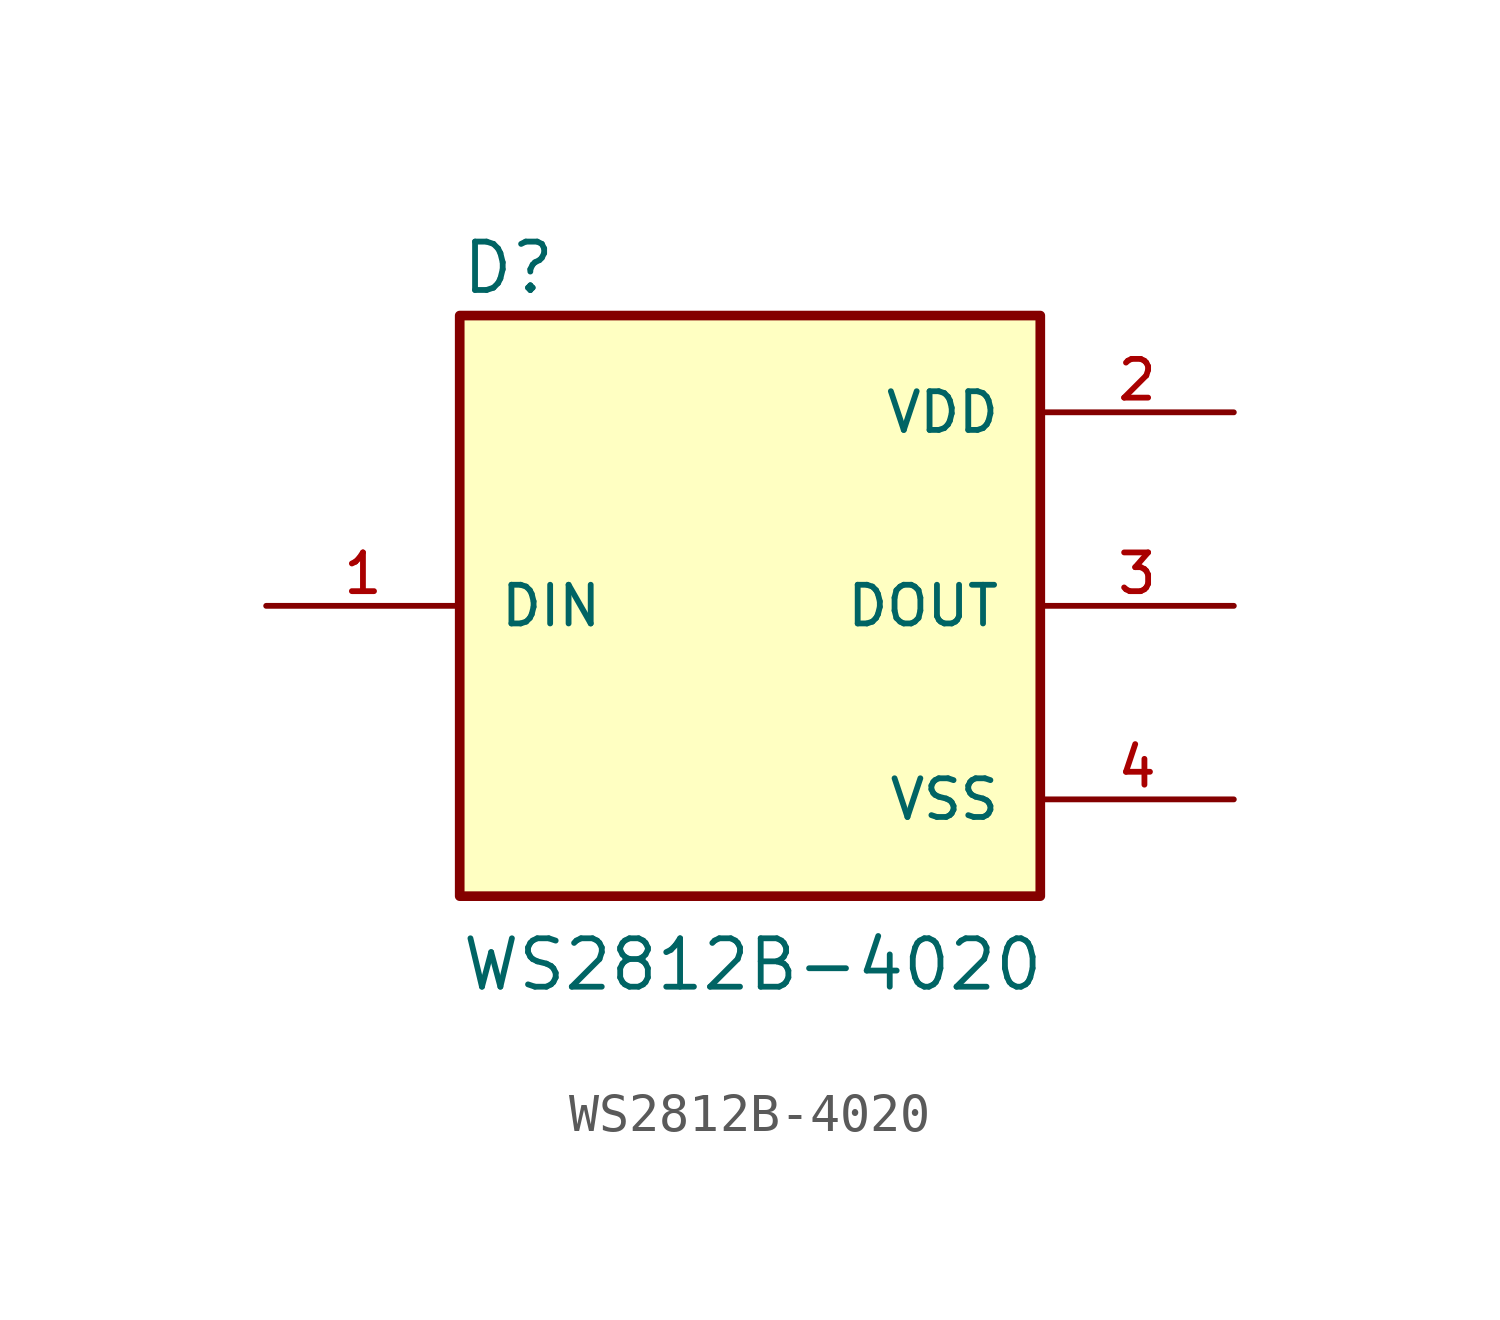
<source format=kicad_sym>
(kicad_symbol_lib
  (version 20211014)
  (generator kicad_symbol_editor)
  (symbol "WS2812B-4020"
    (pin_names
      (offset 1.016))
    (property "Reference" "D"
      (at -7.62 8.128 0)
      (effects (font (size 1.27 1.27)) (justify bottom left)))
    (property "Value" "WS2812B-4020"
      (at -7.62 -10.16 0)
      (effects (font (size 1.27 1.27)) (justify bottom left)))
    (symbol "WS2812B-4020_0_0"
      (rectangle (start -7.62 -7.62) (end 7.62 7.62) (stroke (width 0.254)) (fill (type background)))
      (pin input line (at -12.7 0.0 0) (length 5.08) (name "DIN" (effects (font (size 1.016 1.016)))) (number "1" (effects (font (size 1.016 1.016)))))
      (pin output line (at 12.7 0.0 180.0) (length 5.08) (name "DOUT" (effects (font (size 1.016 1.016)))) (number "3" (effects (font (size 1.016 1.016)))))
      (pin power_in line (at 12.7 5.08 180.0) (length 5.08) (name "VDD" (effects (font (size 1.016 1.016)))) (number "2" (effects (font (size 1.016 1.016)))))
      (pin power_in line (at 12.7 -5.08 180.0) (length 5.08) (name "VSS" (effects (font (size 1.016 1.016)))) (number "4" (effects (font (size 1.016 1.016))))))))
</source>
